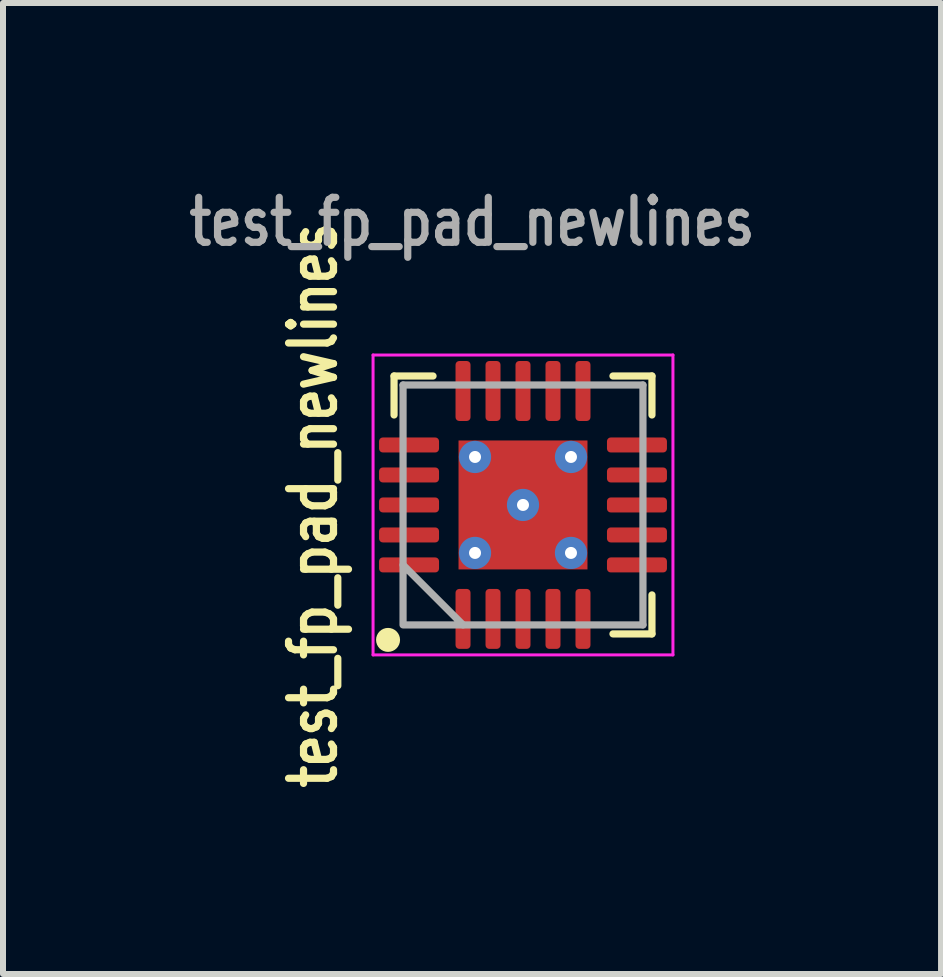
<source format=kicad_pcb>
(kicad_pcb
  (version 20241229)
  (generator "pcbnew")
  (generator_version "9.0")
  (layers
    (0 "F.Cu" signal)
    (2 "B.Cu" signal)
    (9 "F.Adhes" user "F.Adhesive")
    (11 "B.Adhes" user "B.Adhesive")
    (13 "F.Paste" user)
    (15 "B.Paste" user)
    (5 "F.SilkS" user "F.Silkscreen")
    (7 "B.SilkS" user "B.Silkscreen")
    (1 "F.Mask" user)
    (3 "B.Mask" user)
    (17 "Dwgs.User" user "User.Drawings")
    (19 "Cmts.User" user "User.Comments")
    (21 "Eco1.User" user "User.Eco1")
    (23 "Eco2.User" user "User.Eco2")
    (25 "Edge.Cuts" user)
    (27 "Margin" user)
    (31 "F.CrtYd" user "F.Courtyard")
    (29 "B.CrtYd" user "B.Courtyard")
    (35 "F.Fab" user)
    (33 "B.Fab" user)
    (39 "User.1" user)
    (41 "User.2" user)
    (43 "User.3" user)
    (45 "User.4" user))
  (footprint "test_fp_pad_newlines"
    (layer "F.Cu")
    (at 5.67 5.369 90)
    (property "Reference" "test_fp_pad_newlines" (at 0 -3.5 90) (layer "F.SilkS") (effects (font (size 0.75 0.6) (thickness 0.12))))
    (attr smd)
    (fp_line (start 2.15 -2.15) (end 2.15 -1.5) (stroke (width 0.12) (type solid)) (layer "F.SilkS"))
    (fp_line (start 1.5 -2.15) (end 2.15 -2.15) (stroke (width 0.12) (type solid)) (layer "F.SilkS"))
    (fp_line (start 2.15 2.15) (end 2.15 1.5) (stroke (width 0.12) (type solid)) (layer "F.SilkS"))
    (fp_line (start 1.5 2.15) (end 2.15 2.15) (stroke (width 0.12) (type solid)) (layer "F.SilkS"))
    (fp_line (start -1.5 2.15) (end -2.15 2.15) (stroke (width 0.12) (type solid)) (layer "F.SilkS"))
    (fp_line (start -2.15 2.15) (end -2.15 1.5) (stroke (width 0.12) (type solid)) (layer "F.SilkS"))
    (fp_circle (center -2.25 -2.25) (end -2.25 -2.15) (stroke (width 0.2) (type solid)) (fill no) (layer "F.SilkS"))
    (fp_line (start 2.5 -2.5) (end 2.5 2.5) (stroke (width 0.05) (type solid)) (layer "F.CrtYd"))
    (fp_line (start -2.5 -2.5) (end 2.5 -2.5) (stroke (width 0.05) (type solid)) (layer "F.CrtYd"))
    (fp_line (start 2.5 2.5) (end -2.5 2.5) (stroke (width 0.05) (type solid)) (layer "F.CrtYd"))
    (fp_line (start -2.5 2.5) (end -2.5 -2.5) (stroke (width 0.05) (type solid)) (layer "F.CrtYd"))
    (fp_line (start 2 -2) (end -1 -2) (stroke (width 0.12) (type solid)) (layer "F.Fab"))
    (fp_line (start -2 -1) (end -2 2) (stroke (width 0.12) (type solid)) (layer "F.Fab"))
    (fp_line (start 2 2) (end 2 -2) (stroke (width 0.12) (type solid)) (layer "F.Fab"))
    (fp_line (start -2 2) (end 2 2) (stroke (width 0.12) (type solid)) (layer "F.Fab"))
    (fp_poly (pts (xy -2 -1) (xy -2 -2) (xy -1 -2)) (stroke (width 0.12) (type solid)) (fill no) (layer "F.Fab"))
    (fp_text user "${REFERENCE}" (at 4.72 -0.85 0) (unlocked yes) (layer "F.Fab") (effects (font (size 0.75 0.6) (thickness 0.12))))
    (pad "1" smd roundrect (at -1.9 -1 180) (size 0.25 1) (layers "F.Cu" "F.Mask" "F.Paste") (roundrect_rratio 0.25))
    (pad "2" smd roundrect (at -1.9 -0.5 180) (size 0.25 1) (layers "F.Cu" "F.Mask" "F.Paste") (roundrect_rratio 0.25))
    (pad "3" smd roundrect (at -1.9 0 180) (size 0.25 1) (layers "F.Cu" "F.Mask" "F.Paste") (roundrect_rratio 0.25))
    (pad "4" smd roundrect (at -1.9 0.5 180) (size 0.25 1) (layers "F.Cu" "F.Mask" "F.Paste") (roundrect_rratio 0.25))
    (pad "5" smd roundrect (at -1.9 1 180) (size 0.25 1) (layers "F.Cu" "F.Mask" "F.Paste") (roundrect_rratio 0.25))
    (pad "6" smd roundrect (at -1 1.9 90) (size 0.25 1) (layers "F.Cu" "F.Mask" "F.Paste") (roundrect_rratio 0.25))
    (pad "7" smd roundrect (at -0.5 1.9 90) (size 0.25 1) (layers "F.Cu" "F.Mask" "F.Paste") (roundrect_rratio 0.25))
    (pad "8" smd roundrect (at 0 1.9 90) (size 0.25 1) (layers "F.Cu" "F.Mask" "F.Paste") (roundrect_rratio 0.25))
    (pad "9" smd roundrect (at 0.5 1.9 90) (size 0.25 1) (layers "F.Cu" "F.Mask" "F.Paste") (roundrect_rratio 0.25))
    (pad "10" smd roundrect (at 1 1.9 90) (size 0.25 1) (layers "F.Cu" "F.Mask" "F.Paste") (roundrect_rratio 0.25))
    (pad "11" smd roundrect (at 1.9 1 180) (size 0.25 1) (layers "F.Cu" "F.Mask" "F.Paste") (roundrect_rratio 0.25))
    (pad "12" smd roundrect (at 1.9 0.5 180) (size 0.25 1) (layers "F.Cu" "F.Mask" "F.Paste") (roundrect_rratio 0.25))
    (pad "13" smd roundrect (at 1.9 0 180) (size 0.25 1) (layers "F.Cu" "F.Mask" "F.Paste") (roundrect_rratio 0.25))
    (pad "14" smd roundrect (at 1.9 -0.5 180) (size 0.25 1) (layers "F.Cu" "F.Mask" "F.Paste") (roundrect_rratio 0.25))
    (pad "15" smd roundrect (at 1.9 -1 180) (size 0.25 1) (layers "F.Cu" "F.Mask" "F.Paste") (roundrect_rratio 0.25))
    (pad "16" smd roundrect (at 1 -1.9 90) (size 0.25 1) (layers "F.Cu" "F.Mask" "F.Paste") (roundrect_rratio 0.25))
    (pad "17" smd roundrect (at 0.5 -1.9 90) (size 0.25 1) (layers "F.Cu" "F.Mask" "F.Paste") (roundrect_rratio 0.25))
    (pad "18" smd roundrect (at 0 -1.9 90) (size 0.25 1) (layers "F.Cu" "F.Mask" "F.Paste") (roundrect_rratio 0.25))
    (pad "19" smd roundrect (at -0.5 -1.9 90) (size 0.25 1) (layers "F.Cu" "F.Mask" "F.Paste") (roundrect_rratio 0.25))
    (pad "20" smd roundrect (at -1 -1.9 90) (size 0.25 1) (layers "F.Cu" "F.Mask" "F.Paste") (roundrect_rratio 0.25))
    (pad "21" thru_hole circle (at -0.8 -0.8 90) (size 0.537 0.537) (drill 0.2) (layers "*.Cu" "*.Mask"))
    (pad "21" thru_hole circle (at -0.8 0.8 90) (size 0.537 0.537) (drill 0.2) (layers "*.Cu" "*.Mask"))
    (pad "21" thru_hole circle (at 0 0 90) (size 0.537 0.537) (drill 0.2) (layers "*.Cu" "*.Mask"))
    (pad "21" smd rect (at 0 0 90) (size 2.15 2.15) (layers "F.Cu" "F.Mask" "F.Paste"))
    (pad "21" thru_hole circle (at 0.8 -0.8 90) (size 0.537 0.537) (drill 0.2) (layers "*.Cu" "*.Mask"))
    (pad "21" thru_hole circle (at 0.8 0.8 90) (size 0.537 0.537) (drill 0.2) (layers "*.Cu" "*.Mask")))
  (gr_rect
    (start -3 -3)
    (end 12.64 13.189)
    (stroke (width 0.1) (type default))
    (fill no)
    (layer "Edge.Cuts")))
</source>
